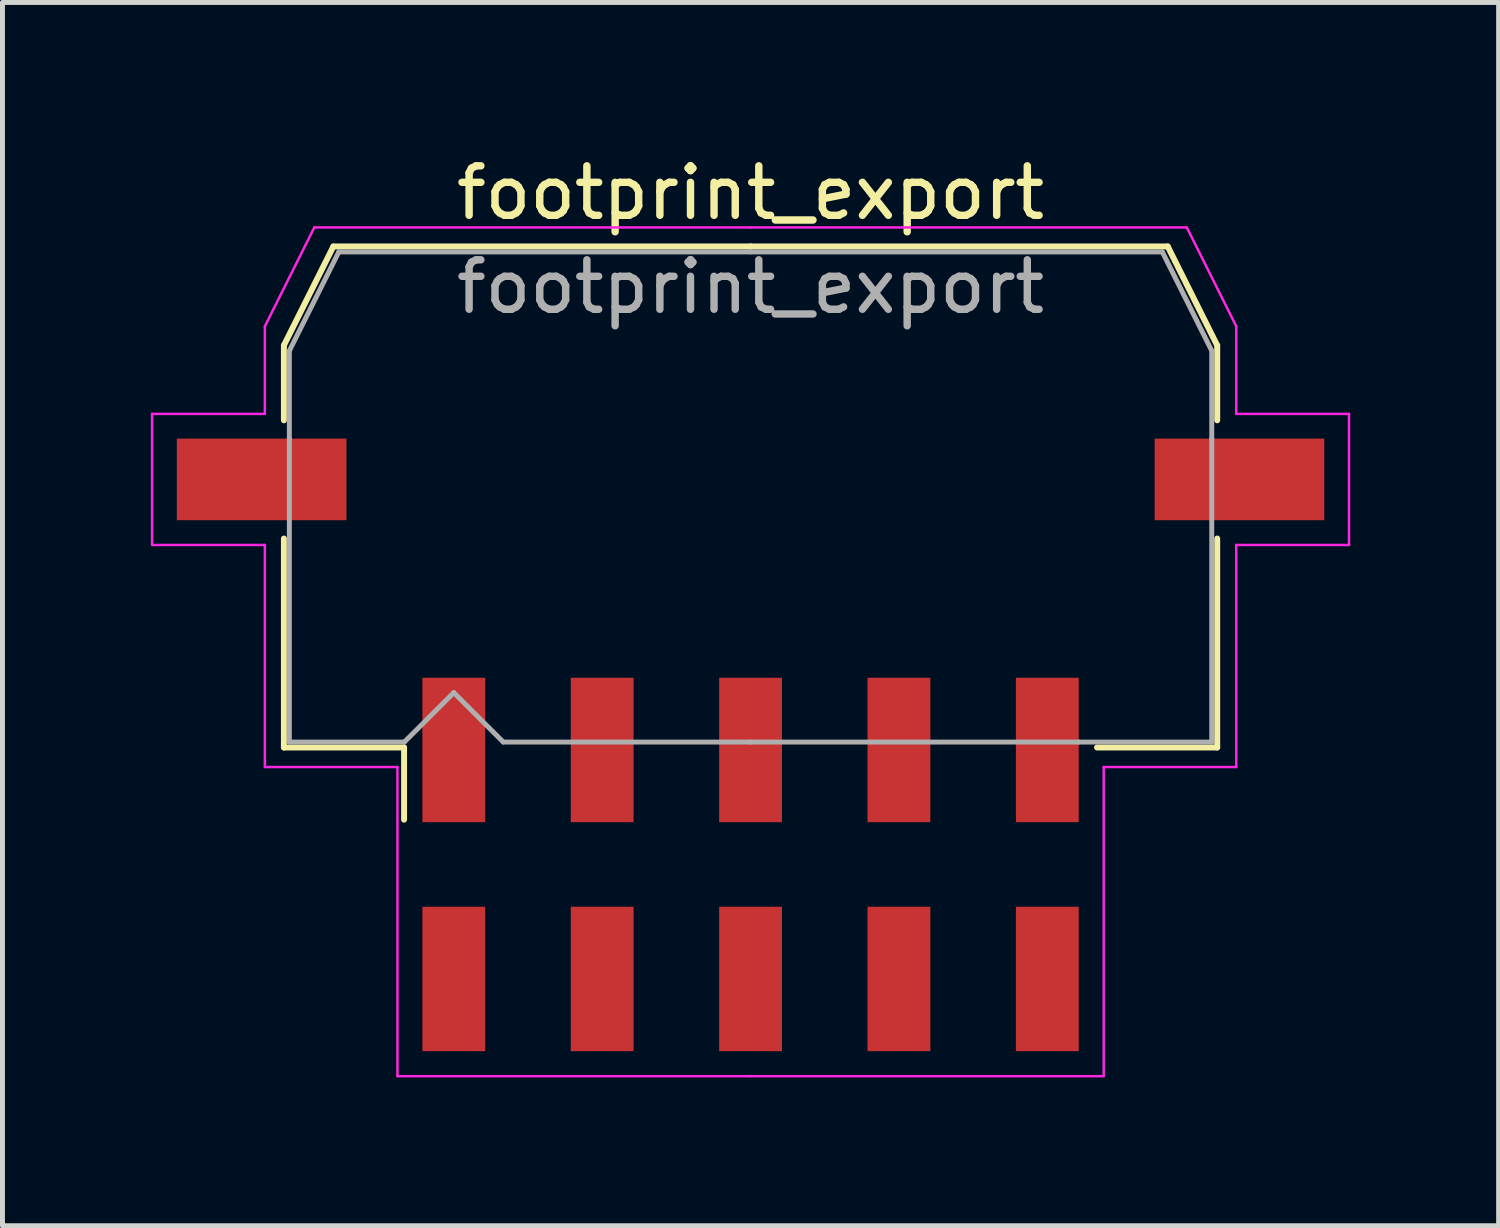
<source format=kicad_pcb>
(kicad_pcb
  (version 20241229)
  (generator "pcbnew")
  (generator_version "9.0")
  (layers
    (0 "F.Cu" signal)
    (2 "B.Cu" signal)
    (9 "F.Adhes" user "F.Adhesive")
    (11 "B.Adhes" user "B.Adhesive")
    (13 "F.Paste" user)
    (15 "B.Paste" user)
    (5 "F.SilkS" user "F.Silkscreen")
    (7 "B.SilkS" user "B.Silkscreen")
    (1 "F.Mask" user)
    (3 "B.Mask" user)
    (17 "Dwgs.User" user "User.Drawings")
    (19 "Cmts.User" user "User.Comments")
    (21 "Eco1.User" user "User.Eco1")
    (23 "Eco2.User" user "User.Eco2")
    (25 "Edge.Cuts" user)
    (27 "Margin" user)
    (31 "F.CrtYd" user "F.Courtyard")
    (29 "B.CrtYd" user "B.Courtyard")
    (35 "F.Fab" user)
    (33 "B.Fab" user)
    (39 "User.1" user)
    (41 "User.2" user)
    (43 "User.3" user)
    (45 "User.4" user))
  (footprint "footprint_export"
    (layer "F.Cu")
    (at 12.125 14.428)
    (property "Reference" "footprint_export" (at 0 -13.58 0) (layer "F.SilkS") (effects (font (size 1 1) (thickness 0.15))))
    (attr smd)
    (fp_line (start -9.435 -10.495) (end -9.435 -8.98) (stroke (width 0.12) (type solid)) (layer "F.SilkS"))
    (fp_line (start -9.435 -6.59) (end -9.435 -2.365) (stroke (width 0.12) (type solid)) (layer "F.SilkS"))
    (fp_line (start -9.435 -2.365) (end -7.005 -2.365) (stroke (width 0.12) (type solid)) (layer "F.SilkS"))
    (fp_line (start -8.435 -12.495) (end -9.435 -10.495) (stroke (width 0.12) (type solid)) (layer "F.SilkS"))
    (fp_line (start -7.005 -2.365) (end -7.005 -0.905) (stroke (width 0.12) (type solid)) (layer "F.SilkS"))
    (fp_line (start 0 -12.495) (end -8.435 -12.495) (stroke (width 0.12) (type solid)) (layer "F.SilkS"))
    (fp_line (start 0 -12.495) (end 8.435 -12.495) (stroke (width 0.12) (type solid)) (layer "F.SilkS"))
    (fp_line (start 8.435 -12.495) (end 9.435 -10.495) (stroke (width 0.12) (type solid)) (layer "F.SilkS"))
    (fp_line (start 9.435 -10.495) (end 9.435 -8.98) (stroke (width 0.12) (type solid)) (layer "F.SilkS"))
    (fp_line (start 9.435 -6.59) (end 9.435 -2.365) (stroke (width 0.12) (type solid)) (layer "F.SilkS"))
    (fp_line (start 9.435 -2.365) (end 7.005 -2.365) (stroke (width 0.12) (type solid)) (layer "F.SilkS"))
    (fp_line (start -12.1 -9.11) (end -12.1 -6.46) (stroke (width 0.05) (type solid)) (layer "F.CrtYd"))
    (fp_line (start -12.1 -6.46) (end -9.82 -6.46) (stroke (width 0.05) (type solid)) (layer "F.CrtYd"))
    (fp_line (start -9.82 -10.88) (end -9.82 -9.11) (stroke (width 0.05) (type solid)) (layer "F.CrtYd"))
    (fp_line (start -9.82 -9.11) (end -12.1 -9.11) (stroke (width 0.05) (type solid)) (layer "F.CrtYd"))
    (fp_line (start -9.82 -6.46) (end -9.82 -1.97) (stroke (width 0.05) (type solid)) (layer "F.CrtYd"))
    (fp_line (start -9.82 -1.97) (end -7.14 -1.97) (stroke (width 0.05) (type solid)) (layer "F.CrtYd"))
    (fp_line (start -8.82 -12.88) (end -9.82 -10.88) (stroke (width 0.05) (type solid)) (layer "F.CrtYd"))
    (fp_line (start -7.14 -1.97) (end -7.14 4.28) (stroke (width 0.05) (type solid)) (layer "F.CrtYd"))
    (fp_line (start -7.14 4.28) (end 0 4.28) (stroke (width 0.05) (type solid)) (layer "F.CrtYd"))
    (fp_line (start 0 -12.88) (end -8.82 -12.88) (stroke (width 0.05) (type solid)) (layer "F.CrtYd"))
    (fp_line (start 0 -12.88) (end 8.82 -12.88) (stroke (width 0.05) (type solid)) (layer "F.CrtYd"))
    (fp_line (start 7.14 -1.97) (end 7.14 4.28) (stroke (width 0.05) (type solid)) (layer "F.CrtYd"))
    (fp_line (start 7.14 4.28) (end 0 4.28) (stroke (width 0.05) (type solid)) (layer "F.CrtYd"))
    (fp_line (start 8.82 -12.88) (end 9.82 -10.88) (stroke (width 0.05) (type solid)) (layer "F.CrtYd"))
    (fp_line (start 9.82 -10.88) (end 9.82 -9.11) (stroke (width 0.05) (type solid)) (layer "F.CrtYd"))
    (fp_line (start 9.82 -9.11) (end 12.1 -9.11) (stroke (width 0.05) (type solid)) (layer "F.CrtYd"))
    (fp_line (start 9.82 -6.46) (end 9.82 -1.97) (stroke (width 0.05) (type solid)) (layer "F.CrtYd"))
    (fp_line (start 9.82 -1.97) (end 7.14 -1.97) (stroke (width 0.05) (type solid)) (layer "F.CrtYd"))
    (fp_line (start 12.1 -9.11) (end 12.1 -6.46) (stroke (width 0.05) (type solid)) (layer "F.CrtYd"))
    (fp_line (start 12.1 -6.46) (end 9.82 -6.46) (stroke (width 0.05) (type solid)) (layer "F.CrtYd"))
    (fp_line (start -9.325 -10.385) (end -9.325 -8.61) (stroke (width 0.1) (type solid)) (layer "F.Fab"))
    (fp_line (start -9.325 -8.61) (end -9.325 -2.475) (stroke (width 0.1) (type solid)) (layer "F.Fab"))
    (fp_line (start -9.325 -2.475) (end -7 -2.475) (stroke (width 0.1) (type solid)) (layer "F.Fab"))
    (fp_line (start -8.325 -12.385) (end -9.325 -10.385) (stroke (width 0.1) (type solid)) (layer "F.Fab"))
    (fp_line (start -7 -2.475) (end -6 -3.475) (stroke (width 0.1) (type solid)) (layer "F.Fab"))
    (fp_line (start -6 -3.475) (end -5 -2.475) (stroke (width 0.1) (type solid)) (layer "F.Fab"))
    (fp_line (start -5 -2.475) (end 0 -2.475) (stroke (width 0.1) (type solid)) (layer "F.Fab"))
    (fp_line (start 0 -12.385) (end -8.325 -12.385) (stroke (width 0.1) (type solid)) (layer "F.Fab"))
    (fp_line (start 0 -12.385) (end 8.325 -12.385) (stroke (width 0.1) (type solid)) (layer "F.Fab"))
    (fp_line (start 6.635 -2.475) (end 0 -2.475) (stroke (width 0.1) (type solid)) (layer "F.Fab"))
    (fp_line (start 8.325 -12.385) (end 9.325 -10.385) (stroke (width 0.1) (type solid)) (layer "F.Fab"))
    (fp_line (start 9.325 -10.385) (end 9.325 -8.61) (stroke (width 0.1) (type solid)) (layer "F.Fab"))
    (fp_line (start 9.325 -8.61) (end 9.325 -2.475) (stroke (width 0.1) (type solid)) (layer "F.Fab"))
    (fp_line (start 9.325 -2.475) (end 6.635 -2.475) (stroke (width 0.1) (type solid)) (layer "F.Fab"))
    (fp_text user "${REFERENCE}" (at 0 -11.68 0) (layer "F.Fab") (effects (font (size 1 1) (thickness 0.15))))
    (pad "1" smd rect (at -6 -2.315) (size 1.27 2.92) (layers "F.Cu" "F.Mask" "F.Paste"))
    (pad "2" smd rect (at -3 -2.315) (size 1.27 2.92) (layers "F.Cu" "F.Mask" "F.Paste"))
    (pad "3" smd rect (at 0 -2.315) (size 1.27 2.92) (layers "F.Cu" "F.Mask" "F.Paste"))
    (pad "4" smd rect (at 3 -2.315) (size 1.27 2.92) (layers "F.Cu" "F.Mask" "F.Paste"))
    (pad "5" smd rect (at 6 -2.315) (size 1.27 2.92) (layers "F.Cu" "F.Mask" "F.Paste"))
    (pad "6" smd rect (at -6 2.315) (size 1.27 2.92) (layers "F.Cu" "F.Mask" "F.Paste"))
    (pad "7" smd rect (at -3 2.315) (size 1.27 2.92) (layers "F.Cu" "F.Mask" "F.Paste"))
    (pad "8" smd rect (at 0 2.315) (size 1.27 2.92) (layers "F.Cu" "F.Mask" "F.Paste"))
    (pad "9" smd rect (at 3 2.315) (size 1.27 2.92) (layers "F.Cu" "F.Mask" "F.Paste"))
    (pad "10" smd rect (at 6 2.315) (size 1.27 2.92) (layers "F.Cu" "F.Mask" "F.Paste"))
    (pad "MP" smd rect (at -9.885 -7.785) (size 3.43 1.65) (layers "F.Cu" "F.Mask" "F.Paste"))
    (pad "MP" smd rect (at 9.885 -7.785) (size 3.43 1.65) (layers "F.Cu" "F.Mask" "F.Paste")))
  (gr_rect
    (start -3 -3)
    (end 27.25 21.733)
    (stroke (width 0.1) (type default))
    (fill no)
    (layer "Edge.Cuts")))
</source>
